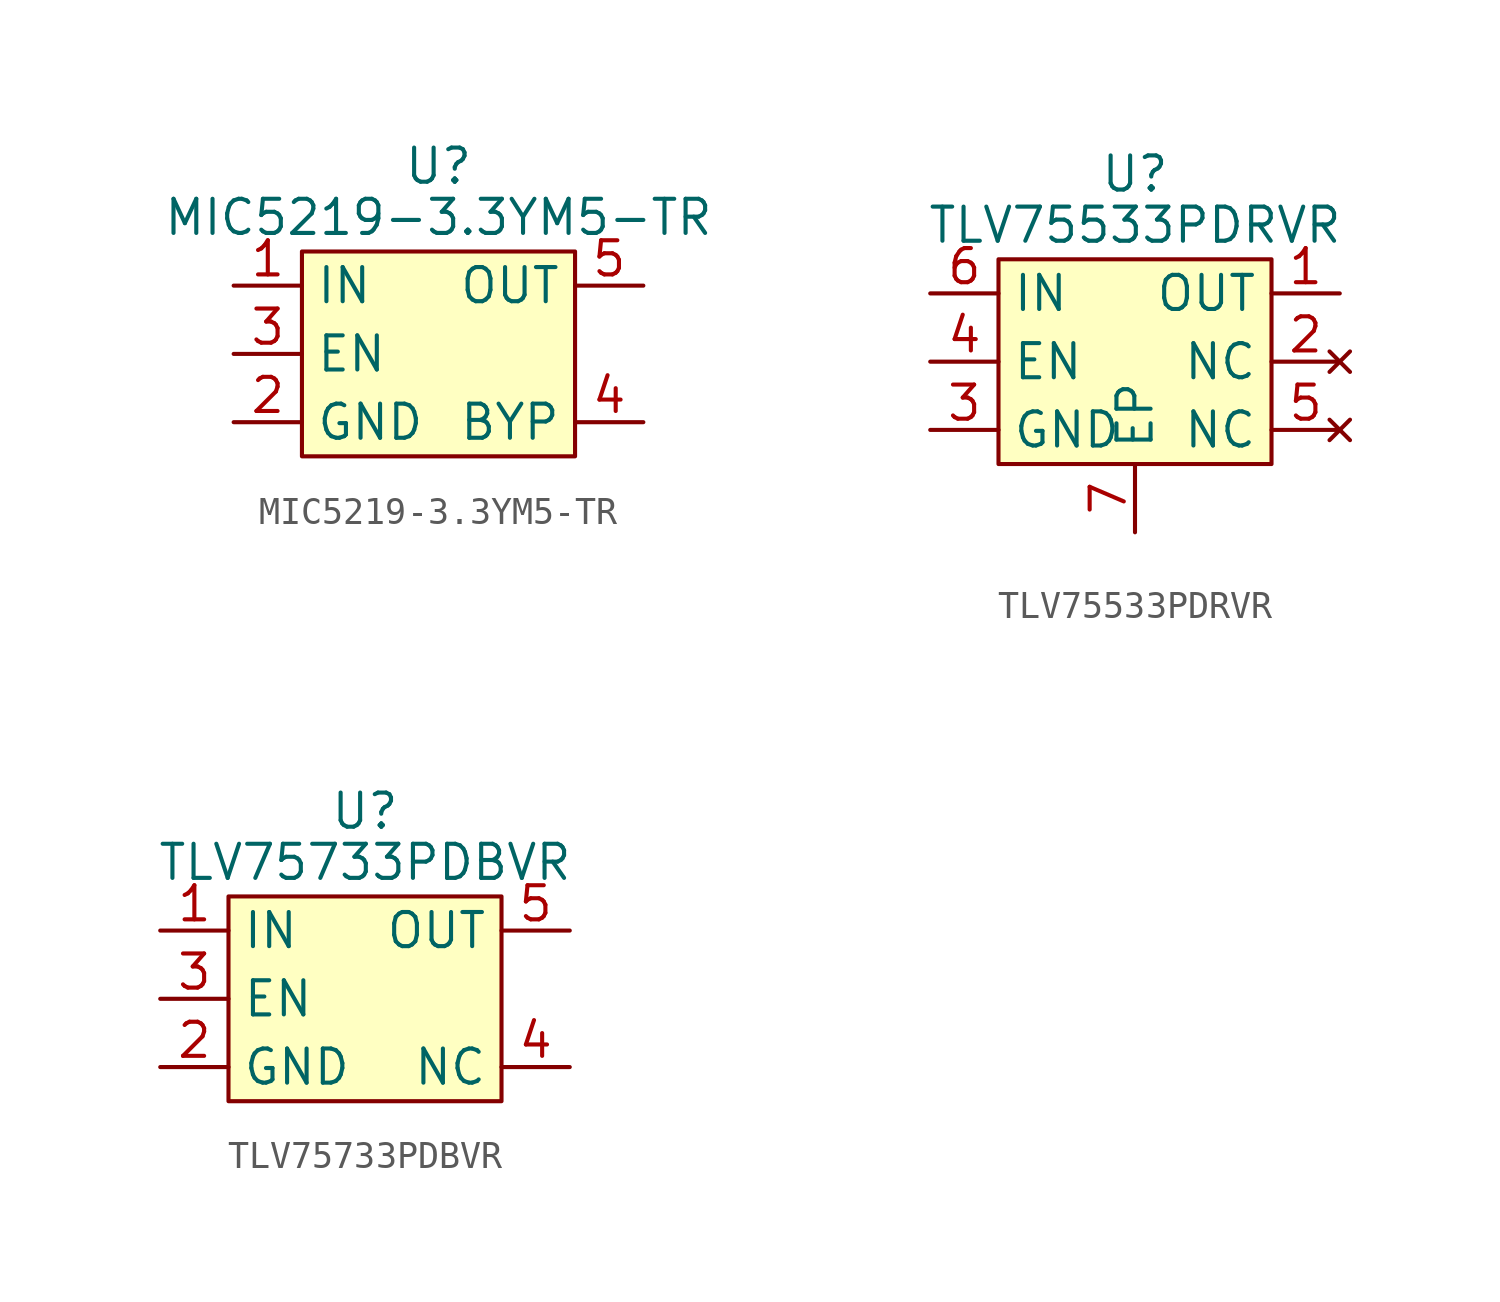
<source format=kicad_sym>
(kicad_symbol_lib
  (version 20220914)
  (generator kicad_symbol_editor)
  (symbol "MIC5219-3.3YM5-TR"
    (property "Reference" "U"
      (at 0 6.985 0)
      (effects (font (size 1.27 1.27))))
    (property "Value" "MIC5219-3.3YM5-TR"
      (at 0 5.08 0)
      (effects (font (size 1.27 1.27))))
    (symbol "MIC5219-3.3YM5-TR_1_1"
      (rectangle (start -5.08 3.81) (end 5.08 -3.81) (stroke (width 0) (type default)) (fill (type background)))
      (pin power_in line (at -7.62 2.54 0) (length 2.54) (name "IN" (effects (font (size 1.27 1.27)))) (number "1" (effects (font (size 1.27 1.27)))))
      (pin power_in line (at -7.62 -2.54 0) (length 2.54) (name "GND" (effects (font (size 1.27 1.27)))) (number "2" (effects (font (size 1.27 1.27)))))
      (pin input line (at -7.62 0 0) (length 2.54) (name "EN" (effects (font (size 1.27 1.27)))) (number "3" (effects (font (size 1.27 1.27)))))
      (pin passive line (at 7.62 -2.54 180) (length 2.54) (name "BYP" (effects (font (size 1.27 1.27)))) (number "4" (effects (font (size 1.27 1.27)))))
      (pin power_out line (at 7.62 2.54 180) (length 2.54) (name "OUT" (effects (font (size 1.27 1.27)))) (number "5" (effects (font (size 1.27 1.27)))))))
  (symbol "TLV75533PDRVR"
    (property "Reference" "U"
      (at 0 6.985 0)
      (effects (font (size 1.27 1.27))))
    (property "Value" "TLV75533PDRVR"
      (at 0 5.08 0)
      (effects (font (size 1.27 1.27))))
    (symbol "TLV75533PDRVR_1_1"
      (rectangle (start -5.08 3.81) (end 5.08 -3.81) (stroke (width 0) (type default)) (fill (type background)))
      (pin power_out line (at 7.62 2.54 180) (length 2.54) (name "OUT" (effects (font (size 1.27 1.27)))) (number "1" (effects (font (size 1.27 1.27)))))
      (pin no_connect line (at 7.62 0 180) (length 2.54) (name "NC" (effects (font (size 1.27 1.27)))) (number "2" (effects (font (size 1.27 1.27)))))
      (pin power_in line (at -7.62 -2.54 0) (length 2.54) (name "GND" (effects (font (size 1.27 1.27)))) (number "3" (effects (font (size 1.27 1.27)))))
      (pin input line (at -7.62 0 0) (length 2.54) (name "EN" (effects (font (size 1.27 1.27)))) (number "4" (effects (font (size 1.27 1.27)))))
      (pin no_connect line (at 7.62 -2.54 180) (length 2.54) (name "NC" (effects (font (size 1.27 1.27)))) (number "5" (effects (font (size 1.27 1.27)))))
      (pin power_in line (at -7.62 2.54 0) (length 2.54) (name "IN" (effects (font (size 1.27 1.27)))) (number "6" (effects (font (size 1.27 1.27)))))
      (pin power_in line (at 0 -6.35 90) (length 2.54) (name "EP" (effects (font (size 1.27 1.27)))) (number "7" (effects (font (size 1.27 1.27)))))))
  (symbol "TLV75733PDBVR"
    (property "Reference" "U"
      (at 0 6.985 0)
      (effects (font (size 1.27 1.27))))
    (property "Value" "TLV75733PDBVR"
      (at 0 5.08 0)
      (effects (font (size 1.27 1.27))))
    (symbol "TLV75733PDBVR_1_1"
      (rectangle (start -5.08 3.81) (end 5.08 -3.81) (stroke (width 0) (type default)) (fill (type background)))
      (pin power_in line (at -7.62 2.54 0) (length 2.54) (name "IN" (effects (font (size 1.27 1.27)))) (number "1" (effects (font (size 1.27 1.27)))))
      (pin power_in line (at -7.62 -2.54 0) (length 2.54) (name "GND" (effects (font (size 1.27 1.27)))) (number "2" (effects (font (size 1.27 1.27)))))
      (pin input line (at -7.62 0 0) (length 2.54) (name "EN" (effects (font (size 1.27 1.27)))) (number "3" (effects (font (size 1.27 1.27)))))
      (pin free line (at 7.62 -2.54 180) (length 2.54) (name "NC" (effects (font (size 1.27 1.27)))) (number "4" (effects (font (size 1.27 1.27)))))
      (pin power_out line (at 7.62 2.54 180) (length 2.54) (name "OUT" (effects (font (size 1.27 1.27)))) (number "5" (effects (font (size 1.27 1.27))))))))
</source>
